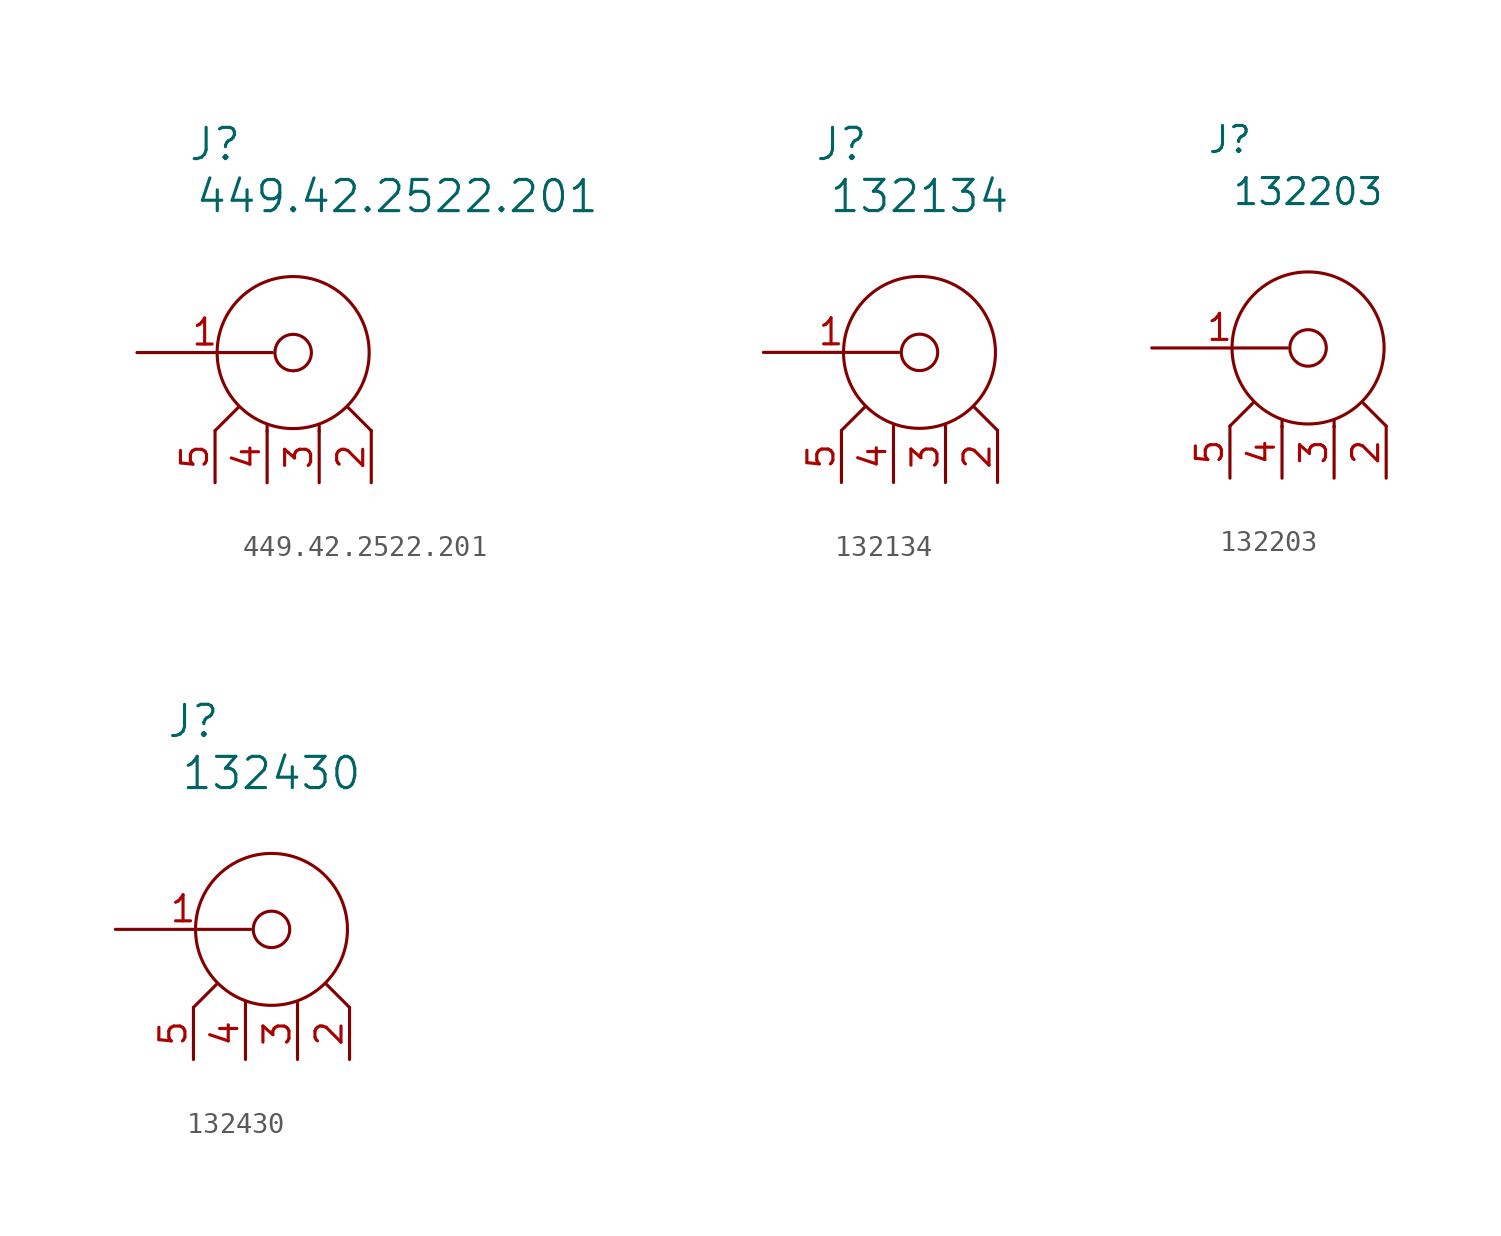
<source format=kicad_sym>
(kicad_symbol_lib
  (version 20211014)
  (generator kicad_symbol_editor)
  (symbol "449.42.2522.201"
    (pin_names
      (offset 1.016) hide)
    (property "Reference" "J"
      (at 3.81 10.16 0)
      (effects (font (size 1.524 1.524))))
    (property "Value" "449.42.2522.201"
      (at 12.7 7.62 0)
      (effects (font (size 1.524 1.524))))
    (property "Datasheet" ""
      (at 0 0 0)
      (effects (font (size 1.524 1.524))))
    (property "Height" ""
      (at 0 0 0)
      (effects (font (size 1.27 1.27))))
    (symbol "449.42.2522.201_0_1"
      (polyline (pts (xy 3.81 -3.81) (xy 4.953 -2.667)) (stroke (width 0) (type default) (color 0 0 0 0)) (fill (type none)))
      (polyline (pts (xy 6.35 -3.861) (xy 6.35 -3.556)) (stroke (width 0) (type default) (color 0 0 0 0)) (fill (type none)))
      (polyline (pts (xy 8.89 -3.861) (xy 8.89 -3.556)) (stroke (width 0) (type default) (color 0 0 0 0)) (fill (type none)))
      (polyline (pts (xy 11.43 -3.81) (xy 10.287 -2.667)) (stroke (width 0) (type default) (color 0 0 0 0)) (fill (type none)))
      (circle (center 7.62 0) (radius 0.889) (stroke (width 0) (type default) (color 0 0 0 0)) (fill (type none)))
      (circle (center 7.62 0) (radius 3.708) (stroke (width 0) (type default) (color 0 0 0 0)) (fill (type none))))
    (symbol "449.42.2522.201_1_1"
      (pin passive line (at 0 0 0) (length 6.604) (name "P" (effects (font (size 1.27 1.27)))) (number "1" (effects (font (size 1.27 1.27)))))
      (pin passive line (at 11.43 -6.35 90) (length 2.54) (name "GND0" (effects (font (size 1.27 1.27)))) (number "2" (effects (font (size 1.27 1.27)))))
      (pin passive line (at 8.89 -6.35 90) (length 2.54) (name "GND1" (effects (font (size 1.27 1.27)))) (number "3" (effects (font (size 1.27 1.27)))))
      (pin passive line (at 6.35 -6.35 90) (length 2.54) (name "GND2" (effects (font (size 1.27 1.27)))) (number "4" (effects (font (size 1.27 1.27)))))
      (pin passive line (at 3.81 -6.35 90) (length 2.54) (name "GND3" (effects (font (size 1.27 1.27)))) (number "5" (effects (font (size 1.27 1.27)))))))
  (symbol "132134"
    (pin_names
      (offset 1.016) hide)
    (property "Reference" "J"
      (at 3.81 10.16 0)
      (effects (font (size 1.524 1.524))))
    (property "Value" "132134"
      (at 7.62 7.62 0)
      (effects (font (size 1.524 1.524))))
    (property "Datasheet" ""
      (at 0 0 0)
      (effects (font (size 1.524 1.524))))
    (property "Height" ""
      (at 0 0 0)
      (effects (font (size 1.27 1.27))))
    (symbol "132134_0_1"
      (polyline (pts (xy 3.81 -3.81) (xy 4.953 -2.667)) (stroke (width 0) (type default) (color 0 0 0 0)) (fill (type none)))
      (polyline (pts (xy 6.35 -3.861) (xy 6.35 -3.556)) (stroke (width 0) (type default) (color 0 0 0 0)) (fill (type none)))
      (polyline (pts (xy 8.89 -3.861) (xy 8.89 -3.556)) (stroke (width 0) (type default) (color 0 0 0 0)) (fill (type none)))
      (polyline (pts (xy 11.43 -3.81) (xy 10.287 -2.667)) (stroke (width 0) (type default) (color 0 0 0 0)) (fill (type none)))
      (circle (center 7.62 0) (radius 0.889) (stroke (width 0) (type default) (color 0 0 0 0)) (fill (type none)))
      (circle (center 7.62 0) (radius 3.708) (stroke (width 0) (type default) (color 0 0 0 0)) (fill (type none))))
    (symbol "132134_1_1"
      (pin passive line (at 0 0 0) (length 6.604) (name "P" (effects (font (size 1.27 1.27)))) (number "1" (effects (font (size 1.27 1.27)))))
      (pin passive line (at 11.43 -6.35 90) (length 2.54) (name "GND0" (effects (font (size 1.27 1.27)))) (number "2" (effects (font (size 1.27 1.27)))))
      (pin passive line (at 8.89 -6.35 90) (length 2.54) (name "GND1" (effects (font (size 1.27 1.27)))) (number "3" (effects (font (size 1.27 1.27)))))
      (pin passive line (at 6.35 -6.35 90) (length 2.54) (name "GND2" (effects (font (size 1.27 1.27)))) (number "4" (effects (font (size 1.27 1.27)))))
      (pin passive line (at 3.81 -6.35 90) (length 2.54) (name "GND3" (effects (font (size 1.27 1.27)))) (number "5" (effects (font (size 1.27 1.27)))))))
  (symbol "132203"
    (pin_names
      (offset 1.016) hide)
    (property "Reference" "J"
      (at 3.81 10.16 0)
      (effects (font (size 1.27 1.27))))
    (property "Value" "132203"
      (at 7.62 7.62 0)
      (effects (font (size 1.27 1.27))))
    (property "Datasheet" ""
      (at 0 0 0)
      (effects (font (size 1.27 1.27))))
    (symbol "132203_0_1"
      (polyline (pts (xy 3.81 -3.81) (xy 4.953 -2.667)) (stroke (width 0) (type default) (color 0 0 0 0)) (fill (type none)))
      (polyline (pts (xy 6.35 -3.861) (xy 6.35 -3.556)) (stroke (width 0) (type default) (color 0 0 0 0)) (fill (type none)))
      (polyline (pts (xy 8.89 -3.861) (xy 8.89 -3.556)) (stroke (width 0) (type default) (color 0 0 0 0)) (fill (type none)))
      (polyline (pts (xy 11.43 -3.81) (xy 10.287 -2.667)) (stroke (width 0) (type default) (color 0 0 0 0)) (fill (type none)))
      (circle (center 7.62 0) (radius 0.889) (stroke (width 0) (type default) (color 0 0 0 0)) (fill (type none)))
      (circle (center 7.62 0) (radius 3.708) (stroke (width 0) (type default) (color 0 0 0 0)) (fill (type none))))
    (symbol "132203_1_1"
      (pin passive line (at 0 0 0) (length 6.604) (name "P" (effects (font (size 1.27 1.27)))) (number "1" (effects (font (size 1.27 1.27)))))
      (pin passive line (at 11.43 -6.35 90) (length 2.54) (name "GND0" (effects (font (size 1.27 1.27)))) (number "2" (effects (font (size 1.27 1.27)))))
      (pin passive line (at 8.89 -6.35 90) (length 2.54) (name "GND1" (effects (font (size 1.27 1.27)))) (number "3" (effects (font (size 1.27 1.27)))))
      (pin passive line (at 6.35 -6.35 90) (length 2.54) (name "GND2" (effects (font (size 1.27 1.27)))) (number "4" (effects (font (size 1.27 1.27)))))
      (pin passive line (at 3.81 -6.35 90) (length 2.54) (name "GND3" (effects (font (size 1.27 1.27)))) (number "5" (effects (font (size 1.27 1.27)))))))
  (symbol "132430"
    (pin_names
      (offset 1.016) hide)
    (property "Reference" "J"
      (at 3.81 10.16 0)
      (effects (font (size 1.524 1.524))))
    (property "Value" "132430"
      (at 7.62 7.62 0)
      (effects (font (size 1.524 1.524))))
    (property "Datasheet" ""
      (at 0 0 0)
      (effects (font (size 1.524 1.524))))
    (property "Height" ""
      (at 0 0 0)
      (effects (font (size 1.27 1.27))))
    (symbol "132430_0_1"
      (polyline (pts (xy 3.81 -3.81) (xy 4.953 -2.667)) (stroke (width 0) (type default) (color 0 0 0 0)) (fill (type none)))
      (polyline (pts (xy 6.35 -3.861) (xy 6.35 -3.556)) (stroke (width 0) (type default) (color 0 0 0 0)) (fill (type none)))
      (polyline (pts (xy 8.89 -3.861) (xy 8.89 -3.556)) (stroke (width 0) (type default) (color 0 0 0 0)) (fill (type none)))
      (polyline (pts (xy 11.43 -3.81) (xy 10.287 -2.667)) (stroke (width 0) (type default) (color 0 0 0 0)) (fill (type none)))
      (circle (center 7.62 0) (radius 0.889) (stroke (width 0) (type default) (color 0 0 0 0)) (fill (type none)))
      (circle (center 7.62 0) (radius 3.708) (stroke (width 0) (type default) (color 0 0 0 0)) (fill (type none))))
    (symbol "132430_1_1"
      (pin passive line (at 0 0 0) (length 6.604) (name "P" (effects (font (size 1.27 1.27)))) (number "1" (effects (font (size 1.27 1.27)))))
      (pin passive line (at 11.43 -6.35 90) (length 2.54) (name "GND0" (effects (font (size 1.27 1.27)))) (number "2" (effects (font (size 1.27 1.27)))))
      (pin passive line (at 8.89 -6.35 90) (length 2.54) (name "GND1" (effects (font (size 1.27 1.27)))) (number "3" (effects (font (size 1.27 1.27)))))
      (pin passive line (at 6.35 -6.35 90) (length 2.54) (name "GND2" (effects (font (size 1.27 1.27)))) (number "4" (effects (font (size 1.27 1.27)))))
      (pin passive line (at 3.81 -6.35 90) (length 2.54) (name "GND3" (effects (font (size 1.27 1.27)))) (number "5" (effects (font (size 1.27 1.27))))))))
</source>
